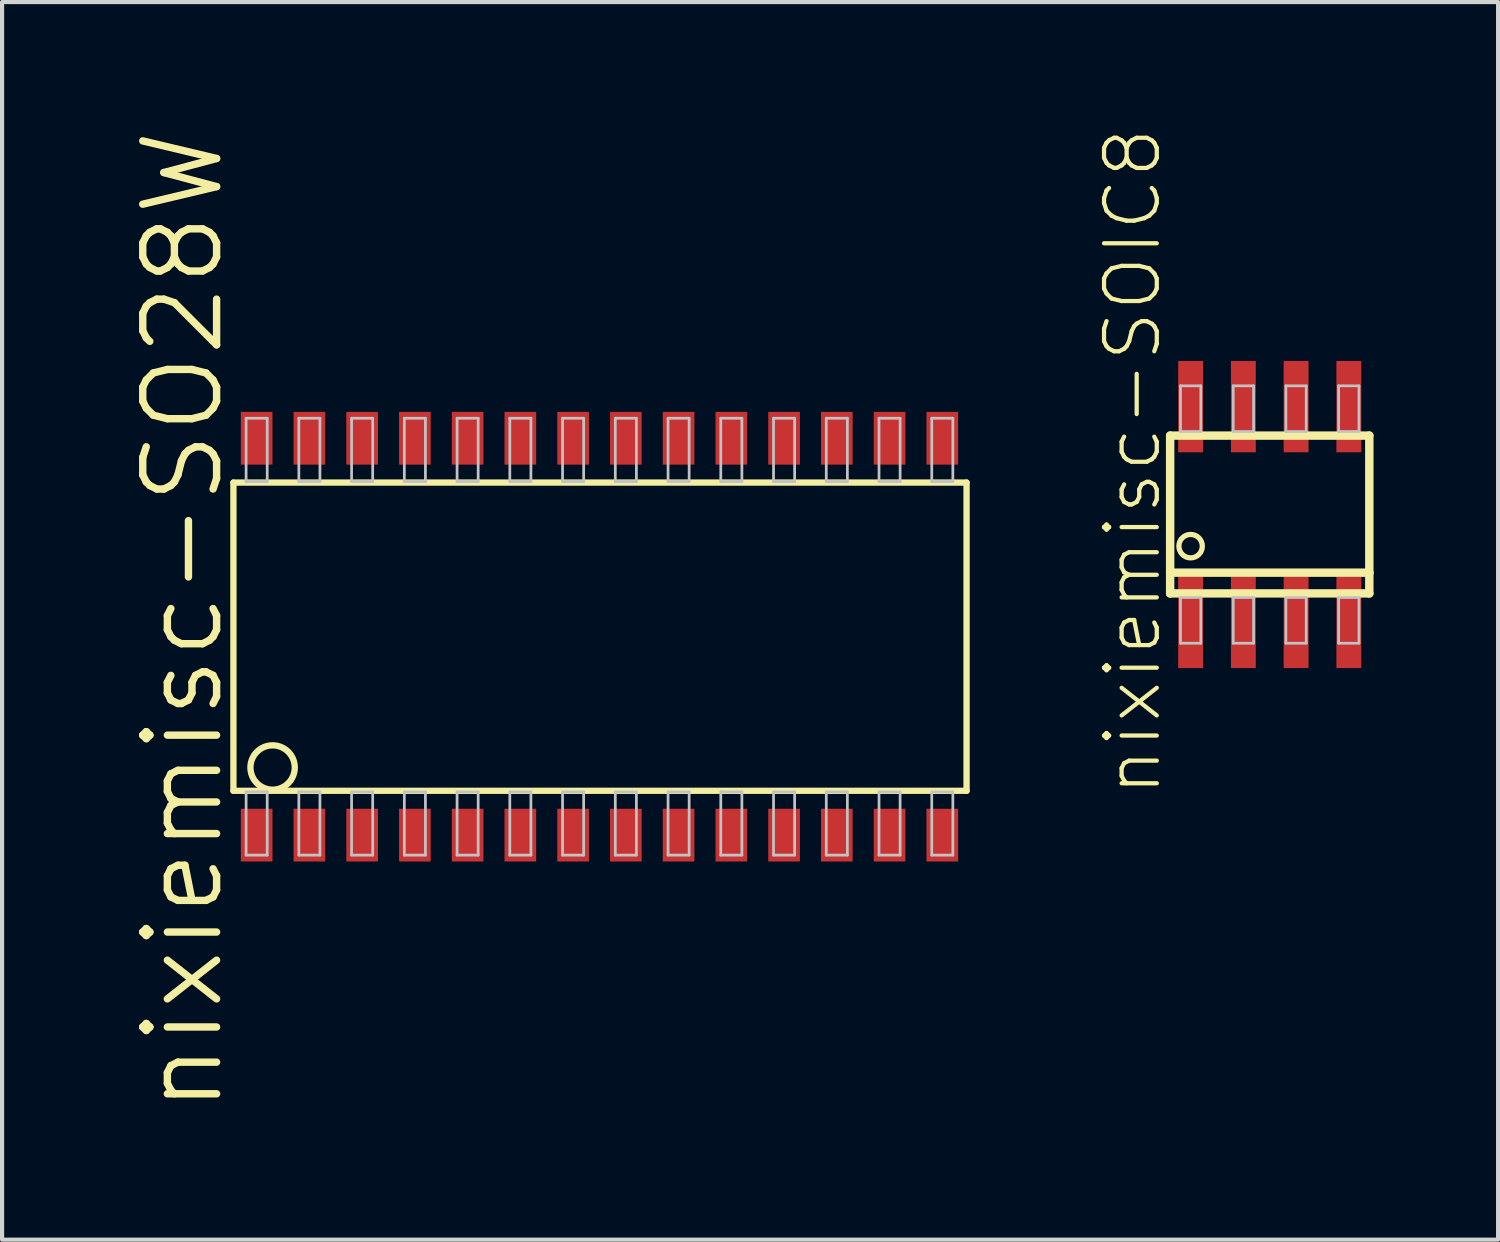
<source format=kicad_pcb>
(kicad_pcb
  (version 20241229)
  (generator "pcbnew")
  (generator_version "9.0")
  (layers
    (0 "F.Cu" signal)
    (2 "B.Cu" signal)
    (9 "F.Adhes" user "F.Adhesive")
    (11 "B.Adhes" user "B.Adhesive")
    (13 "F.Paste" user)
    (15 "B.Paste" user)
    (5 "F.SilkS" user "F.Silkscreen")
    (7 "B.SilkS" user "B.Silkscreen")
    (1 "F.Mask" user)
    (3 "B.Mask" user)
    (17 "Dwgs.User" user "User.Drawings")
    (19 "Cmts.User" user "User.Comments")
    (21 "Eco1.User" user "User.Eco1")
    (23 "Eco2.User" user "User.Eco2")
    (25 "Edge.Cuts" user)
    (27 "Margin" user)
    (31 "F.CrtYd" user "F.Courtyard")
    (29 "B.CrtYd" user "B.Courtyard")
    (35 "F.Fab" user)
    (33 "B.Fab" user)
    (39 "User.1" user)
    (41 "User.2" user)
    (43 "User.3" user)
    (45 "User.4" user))
  (footprint "nixiemisc-SOIC8"
    (layer "F.Cu")
    (at 27.524 9.339)
    (property "Reference" "nixiemisc-SOIC8" (at -3.302 -1.27 90) (layer "F.SilkS") (effects (font (size 1.27 1.27) (thickness 0.102))))
    (attr smd)
    (fp_line (start -2.398 -1.9) (end 2.398 -1.9) (stroke (width 0.203) (type solid)) (layer "F.SilkS"))
    (fp_line (start -2.398 1.4) (end -2.398 -1.9) (stroke (width 0.203) (type solid)) (layer "F.SilkS"))
    (fp_line (start -2.398 1.9) (end -2.398 1.4) (stroke (width 0.203) (type solid)) (layer "F.SilkS"))
    (fp_line (start 2.398 -1.9) (end 2.398 1.4) (stroke (width 0.203) (type solid)) (layer "F.SilkS"))
    (fp_line (start 2.398 1.4) (end -2.398 1.4) (stroke (width 0.203) (type solid)) (layer "F.SilkS"))
    (fp_line (start 2.398 1.4) (end 2.398 1.9) (stroke (width 0.203) (type solid)) (layer "F.SilkS"))
    (fp_line (start 2.398 1.9) (end -2.398 1.9) (stroke (width 0.203) (type solid)) (layer "F.SilkS"))
    (fp_circle (center -1.905 0.762) (end -1.905 0.48) (stroke (width 0.127) (type solid)) (fill no) (layer "F.SilkS"))
    (fp_line (start -2.149 -3.099) (end -1.659 -3.099) (stroke (width 0.066) (type solid)) (layer "Dwgs.User"))
    (fp_line (start -2.149 -1.999) (end -2.149 -3.099) (stroke (width 0.066) (type solid)) (layer "Dwgs.User"))
    (fp_line (start -2.149 -1.999) (end -1.659 -1.999) (stroke (width 0.066) (type solid)) (layer "Dwgs.User"))
    (fp_line (start -2.149 1.999) (end -1.659 1.999) (stroke (width 0.066) (type solid)) (layer "Dwgs.User"))
    (fp_line (start -2.149 3.099) (end -2.149 1.999) (stroke (width 0.066) (type solid)) (layer "Dwgs.User"))
    (fp_line (start -2.149 3.099) (end -1.659 3.099) (stroke (width 0.066) (type solid)) (layer "Dwgs.User"))
    (fp_line (start -1.659 -1.999) (end -1.659 -3.099) (stroke (width 0.066) (type solid)) (layer "Dwgs.User"))
    (fp_line (start -1.659 3.099) (end -1.659 1.999) (stroke (width 0.066) (type solid)) (layer "Dwgs.User"))
    (fp_line (start -0.879 -3.099) (end -0.389 -3.099) (stroke (width 0.066) (type solid)) (layer "Dwgs.User"))
    (fp_line (start -0.879 -1.999) (end -0.879 -3.099) (stroke (width 0.066) (type solid)) (layer "Dwgs.User"))
    (fp_line (start -0.879 -1.999) (end -0.389 -1.999) (stroke (width 0.066) (type solid)) (layer "Dwgs.User"))
    (fp_line (start -0.879 1.999) (end -0.389 1.999) (stroke (width 0.066) (type solid)) (layer "Dwgs.User"))
    (fp_line (start -0.879 3.099) (end -0.879 1.999) (stroke (width 0.066) (type solid)) (layer "Dwgs.User"))
    (fp_line (start -0.879 3.099) (end -0.389 3.099) (stroke (width 0.066) (type solid)) (layer "Dwgs.User"))
    (fp_line (start -0.389 -1.999) (end -0.389 -3.099) (stroke (width 0.066) (type solid)) (layer "Dwgs.User"))
    (fp_line (start -0.389 3.099) (end -0.389 1.999) (stroke (width 0.066) (type solid)) (layer "Dwgs.User"))
    (fp_line (start 0.389 -3.099) (end 0.879 -3.099) (stroke (width 0.066) (type solid)) (layer "Dwgs.User"))
    (fp_line (start 0.389 -1.999) (end 0.389 -3.099) (stroke (width 0.066) (type solid)) (layer "Dwgs.User"))
    (fp_line (start 0.389 -1.999) (end 0.879 -1.999) (stroke (width 0.066) (type solid)) (layer "Dwgs.User"))
    (fp_line (start 0.389 1.999) (end 0.879 1.999) (stroke (width 0.066) (type solid)) (layer "Dwgs.User"))
    (fp_line (start 0.389 3.099) (end 0.389 1.999) (stroke (width 0.066) (type solid)) (layer "Dwgs.User"))
    (fp_line (start 0.389 3.099) (end 0.879 3.099) (stroke (width 0.066) (type solid)) (layer "Dwgs.User"))
    (fp_line (start 0.879 -1.999) (end 0.879 -3.099) (stroke (width 0.066) (type solid)) (layer "Dwgs.User"))
    (fp_line (start 0.879 3.099) (end 0.879 1.999) (stroke (width 0.066) (type solid)) (layer "Dwgs.User"))
    (fp_line (start 1.659 -3.099) (end 2.149 -3.099) (stroke (width 0.066) (type solid)) (layer "Dwgs.User"))
    (fp_line (start 1.659 -1.999) (end 1.659 -3.099) (stroke (width 0.066) (type solid)) (layer "Dwgs.User"))
    (fp_line (start 1.659 -1.999) (end 2.149 -1.999) (stroke (width 0.066) (type solid)) (layer "Dwgs.User"))
    (fp_line (start 1.659 1.999) (end 2.149 1.999) (stroke (width 0.066) (type solid)) (layer "Dwgs.User"))
    (fp_line (start 1.659 3.099) (end 1.659 1.999) (stroke (width 0.066) (type solid)) (layer "Dwgs.User"))
    (fp_line (start 1.659 3.099) (end 2.149 3.099) (stroke (width 0.066) (type solid)) (layer "Dwgs.User"))
    (fp_line (start 2.149 -1.999) (end 2.149 -3.099) (stroke (width 0.066) (type solid)) (layer "Dwgs.User"))
    (fp_line (start 2.149 3.099) (end 2.149 1.999) (stroke (width 0.066) (type solid)) (layer "Dwgs.User"))
    (pad "1" smd rect (at -1.905 2.598) (size 0.599 2.2) (layers "F.Cu" "F.Mask" "F.Paste"))
    (pad "2" smd rect (at -0.635 2.598) (size 0.599 2.2) (layers "F.Cu" "F.Mask" "F.Paste"))
    (pad "3" smd rect (at 0.635 2.598) (size 0.599 2.2) (layers "F.Cu" "F.Mask" "F.Paste"))
    (pad "4" smd rect (at 1.905 2.598) (size 0.599 2.2) (layers "F.Cu" "F.Mask" "F.Paste"))
    (pad "5" smd rect (at 1.905 -2.598) (size 0.599 2.2) (layers "F.Cu" "F.Mask" "F.Paste"))
    (pad "6" smd rect (at 0.635 -2.598) (size 0.599 2.2) (layers "F.Cu" "F.Mask" "F.Paste"))
    (pad "7" smd rect (at -0.635 -2.598) (size 0.599 2.2) (layers "F.Cu" "F.Mask" "F.Paste"))
    (pad "8" smd rect (at -1.905 -2.598) (size 0.599 2.2) (layers "F.Cu" "F.Mask" "F.Paste")))
  (footprint "nixiemisc-SO28W"
    (layer "F.Cu")
    (at 10.75 12.281)
    (property "Reference" "nixiemisc-SO28W" (at -9.398 -0.381 90) (layer "F.SilkS") (effects (font (size 1.778 1.778) (thickness 0.178))))
    (attr smd)
    (fp_line (start -8.179 -3.711) (end -8.179 3.711) (stroke (width 0.152) (type solid)) (layer "F.SilkS"))
    (fp_line (start -8.179 3.711) (end 9.474 3.711) (stroke (width 0.152) (type solid)) (layer "F.SilkS"))
    (fp_line (start 9.474 -3.711) (end -8.179 -3.711) (stroke (width 0.152) (type solid)) (layer "F.SilkS"))
    (fp_line (start 9.474 3.711) (end 9.474 -3.711) (stroke (width 0.152) (type solid)) (layer "F.SilkS"))
    (fp_circle (center -7.236 3.15) (end -7.236 2.616) (stroke (width 0.152) (type solid)) (fill no) (layer "F.SilkS"))
    (fp_line (start -7.874 -5.26) (end -7.366 -5.26) (stroke (width 0.066) (type solid)) (layer "Dwgs.User"))
    (fp_line (start -7.874 -3.736) (end -7.874 -5.26) (stroke (width 0.066) (type solid)) (layer "Dwgs.User"))
    (fp_line (start -7.874 -3.736) (end -7.366 -3.736) (stroke (width 0.066) (type solid)) (layer "Dwgs.User"))
    (fp_line (start -7.874 3.736) (end -7.366 3.736) (stroke (width 0.066) (type solid)) (layer "Dwgs.User"))
    (fp_line (start -7.874 5.26) (end -7.874 3.736) (stroke (width 0.066) (type solid)) (layer "Dwgs.User"))
    (fp_line (start -7.874 5.26) (end -7.366 5.26) (stroke (width 0.066) (type solid)) (layer "Dwgs.User"))
    (fp_line (start -7.366 -3.736) (end -7.366 -5.26) (stroke (width 0.066) (type solid)) (layer "Dwgs.User"))
    (fp_line (start -7.366 5.26) (end -7.366 3.736) (stroke (width 0.066) (type solid)) (layer "Dwgs.User"))
    (fp_line (start -6.604 -5.26) (end -6.096 -5.26) (stroke (width 0.066) (type solid)) (layer "Dwgs.User"))
    (fp_line (start -6.604 -3.736) (end -6.604 -5.26) (stroke (width 0.066) (type solid)) (layer "Dwgs.User"))
    (fp_line (start -6.604 -3.736) (end -6.096 -3.736) (stroke (width 0.066) (type solid)) (layer "Dwgs.User"))
    (fp_line (start -6.604 3.736) (end -6.096 3.736) (stroke (width 0.066) (type solid)) (layer "Dwgs.User"))
    (fp_line (start -6.604 5.26) (end -6.604 3.736) (stroke (width 0.066) (type solid)) (layer "Dwgs.User"))
    (fp_line (start -6.604 5.26) (end -6.096 5.26) (stroke (width 0.066) (type solid)) (layer "Dwgs.User"))
    (fp_line (start -6.096 -3.736) (end -6.096 -5.26) (stroke (width 0.066) (type solid)) (layer "Dwgs.User"))
    (fp_line (start -6.096 5.26) (end -6.096 3.736) (stroke (width 0.066) (type solid)) (layer "Dwgs.User"))
    (fp_line (start -5.334 -5.26) (end -4.826 -5.26) (stroke (width 0.066) (type solid)) (layer "Dwgs.User"))
    (fp_line (start -5.334 -3.736) (end -5.334 -5.26) (stroke (width 0.066) (type solid)) (layer "Dwgs.User"))
    (fp_line (start -5.334 -3.736) (end -4.826 -3.736) (stroke (width 0.066) (type solid)) (layer "Dwgs.User"))
    (fp_line (start -5.334 3.736) (end -4.826 3.736) (stroke (width 0.066) (type solid)) (layer "Dwgs.User"))
    (fp_line (start -5.334 5.26) (end -5.334 3.736) (stroke (width 0.066) (type solid)) (layer "Dwgs.User"))
    (fp_line (start -5.334 5.26) (end -4.826 5.26) (stroke (width 0.066) (type solid)) (layer "Dwgs.User"))
    (fp_line (start -4.826 -3.736) (end -4.826 -5.26) (stroke (width 0.066) (type solid)) (layer "Dwgs.User"))
    (fp_line (start -4.826 5.26) (end -4.826 3.736) (stroke (width 0.066) (type solid)) (layer "Dwgs.User"))
    (fp_line (start -4.064 -5.26) (end -3.556 -5.26) (stroke (width 0.066) (type solid)) (layer "Dwgs.User"))
    (fp_line (start -4.064 -3.736) (end -4.064 -5.26) (stroke (width 0.066) (type solid)) (layer "Dwgs.User"))
    (fp_line (start -4.064 -3.736) (end -3.556 -3.736) (stroke (width 0.066) (type solid)) (layer "Dwgs.User"))
    (fp_line (start -4.064 3.736) (end -3.556 3.736) (stroke (width 0.066) (type solid)) (layer "Dwgs.User"))
    (fp_line (start -4.064 5.26) (end -4.064 3.736) (stroke (width 0.066) (type solid)) (layer "Dwgs.User"))
    (fp_line (start -4.064 5.26) (end -3.556 5.26) (stroke (width 0.066) (type solid)) (layer "Dwgs.User"))
    (fp_line (start -3.556 -3.736) (end -3.556 -5.26) (stroke (width 0.066) (type solid)) (layer "Dwgs.User"))
    (fp_line (start -3.556 5.26) (end -3.556 3.736) (stroke (width 0.066) (type solid)) (layer "Dwgs.User"))
    (fp_line (start -2.794 -5.26) (end -2.286 -5.26) (stroke (width 0.066) (type solid)) (layer "Dwgs.User"))
    (fp_line (start -2.794 -3.736) (end -2.794 -5.26) (stroke (width 0.066) (type solid)) (layer "Dwgs.User"))
    (fp_line (start -2.794 -3.736) (end -2.286 -3.736) (stroke (width 0.066) (type solid)) (layer "Dwgs.User"))
    (fp_line (start -2.794 3.736) (end -2.286 3.736) (stroke (width 0.066) (type solid)) (layer "Dwgs.User"))
    (fp_line (start -2.794 5.26) (end -2.794 3.736) (stroke (width 0.066) (type solid)) (layer "Dwgs.User"))
    (fp_line (start -2.794 5.26) (end -2.286 5.26) (stroke (width 0.066) (type solid)) (layer "Dwgs.User"))
    (fp_line (start -2.286 -3.736) (end -2.286 -5.26) (stroke (width 0.066) (type solid)) (layer "Dwgs.User"))
    (fp_line (start -2.286 5.26) (end -2.286 3.736) (stroke (width 0.066) (type solid)) (layer "Dwgs.User"))
    (fp_line (start -1.524 -5.26) (end -1.016 -5.26) (stroke (width 0.066) (type solid)) (layer "Dwgs.User"))
    (fp_line (start -1.524 -3.736) (end -1.524 -5.26) (stroke (width 0.066) (type solid)) (layer "Dwgs.User"))
    (fp_line (start -1.524 -3.736) (end -1.016 -3.736) (stroke (width 0.066) (type solid)) (layer "Dwgs.User"))
    (fp_line (start -1.524 3.736) (end -1.016 3.736) (stroke (width 0.066) (type solid)) (layer "Dwgs.User"))
    (fp_line (start -1.524 5.26) (end -1.524 3.736) (stroke (width 0.066) (type solid)) (layer "Dwgs.User"))
    (fp_line (start -1.524 5.26) (end -1.016 5.26) (stroke (width 0.066) (type solid)) (layer "Dwgs.User"))
    (fp_line (start -1.016 -3.736) (end -1.016 -5.26) (stroke (width 0.066) (type solid)) (layer "Dwgs.User"))
    (fp_line (start -1.016 5.26) (end -1.016 3.736) (stroke (width 0.066) (type solid)) (layer "Dwgs.User"))
    (fp_line (start -0.254 -5.26) (end 0.254 -5.26) (stroke (width 0.066) (type solid)) (layer "Dwgs.User"))
    (fp_line (start -0.254 -3.736) (end -0.254 -5.26) (stroke (width 0.066) (type solid)) (layer "Dwgs.User"))
    (fp_line (start -0.254 -3.736) (end 0.254 -3.736) (stroke (width 0.066) (type solid)) (layer "Dwgs.User"))
    (fp_line (start -0.254 3.736) (end 0.254 3.736) (stroke (width 0.066) (type solid)) (layer "Dwgs.User"))
    (fp_line (start -0.254 5.26) (end -0.254 3.736) (stroke (width 0.066) (type solid)) (layer "Dwgs.User"))
    (fp_line (start -0.254 5.26) (end 0.254 5.26) (stroke (width 0.066) (type solid)) (layer "Dwgs.User"))
    (fp_line (start 0.254 -3.736) (end 0.254 -5.26) (stroke (width 0.066) (type solid)) (layer "Dwgs.User"))
    (fp_line (start 0.254 5.26) (end 0.254 3.736) (stroke (width 0.066) (type solid)) (layer "Dwgs.User"))
    (fp_line (start 1.016 -5.26) (end 1.524 -5.26) (stroke (width 0.066) (type solid)) (layer "Dwgs.User"))
    (fp_line (start 1.016 -3.736) (end 1.016 -5.26) (stroke (width 0.066) (type solid)) (layer "Dwgs.User"))
    (fp_line (start 1.016 -3.736) (end 1.524 -3.736) (stroke (width 0.066) (type solid)) (layer "Dwgs.User"))
    (fp_line (start 1.016 3.736) (end 1.524 3.736) (stroke (width 0.066) (type solid)) (layer "Dwgs.User"))
    (fp_line (start 1.016 5.26) (end 1.016 3.736) (stroke (width 0.066) (type solid)) (layer "Dwgs.User"))
    (fp_line (start 1.016 5.26) (end 1.524 5.26) (stroke (width 0.066) (type solid)) (layer "Dwgs.User"))
    (fp_line (start 1.524 -3.736) (end 1.524 -5.26) (stroke (width 0.066) (type solid)) (layer "Dwgs.User"))
    (fp_line (start 1.524 5.26) (end 1.524 3.736) (stroke (width 0.066) (type solid)) (layer "Dwgs.User"))
    (fp_line (start 2.286 -5.26) (end 2.794 -5.26) (stroke (width 0.066) (type solid)) (layer "Dwgs.User"))
    (fp_line (start 2.286 -3.736) (end 2.286 -5.26) (stroke (width 0.066) (type solid)) (layer "Dwgs.User"))
    (fp_line (start 2.286 -3.736) (end 2.794 -3.736) (stroke (width 0.066) (type solid)) (layer "Dwgs.User"))
    (fp_line (start 2.286 3.736) (end 2.794 3.736) (stroke (width 0.066) (type solid)) (layer "Dwgs.User"))
    (fp_line (start 2.286 5.26) (end 2.286 3.736) (stroke (width 0.066) (type solid)) (layer "Dwgs.User"))
    (fp_line (start 2.286 5.26) (end 2.794 5.26) (stroke (width 0.066) (type solid)) (layer "Dwgs.User"))
    (fp_line (start 2.794 -3.736) (end 2.794 -5.26) (stroke (width 0.066) (type solid)) (layer "Dwgs.User"))
    (fp_line (start 2.794 5.26) (end 2.794 3.736) (stroke (width 0.066) (type solid)) (layer "Dwgs.User"))
    (fp_line (start 3.556 -5.26) (end 4.064 -5.26) (stroke (width 0.066) (type solid)) (layer "Dwgs.User"))
    (fp_line (start 3.556 -3.736) (end 3.556 -5.26) (stroke (width 0.066) (type solid)) (layer "Dwgs.User"))
    (fp_line (start 3.556 -3.736) (end 4.064 -3.736) (stroke (width 0.066) (type solid)) (layer "Dwgs.User"))
    (fp_line (start 3.556 3.736) (end 4.064 3.736) (stroke (width 0.066) (type solid)) (layer "Dwgs.User"))
    (fp_line (start 3.556 5.26) (end 3.556 3.736) (stroke (width 0.066) (type solid)) (layer "Dwgs.User"))
    (fp_line (start 3.556 5.26) (end 4.064 5.26) (stroke (width 0.066) (type solid)) (layer "Dwgs.User"))
    (fp_line (start 4.064 -3.736) (end 4.064 -5.26) (stroke (width 0.066) (type solid)) (layer "Dwgs.User"))
    (fp_line (start 4.064 5.26) (end 4.064 3.736) (stroke (width 0.066) (type solid)) (layer "Dwgs.User"))
    (fp_line (start 4.826 -5.26) (end 5.334 -5.26) (stroke (width 0.066) (type solid)) (layer "Dwgs.User"))
    (fp_line (start 4.826 -3.736) (end 4.826 -5.26) (stroke (width 0.066) (type solid)) (layer "Dwgs.User"))
    (fp_line (start 4.826 -3.736) (end 5.334 -3.736) (stroke (width 0.066) (type solid)) (layer "Dwgs.User"))
    (fp_line (start 4.826 3.736) (end 5.334 3.736) (stroke (width 0.066) (type solid)) (layer "Dwgs.User"))
    (fp_line (start 4.826 5.26) (end 4.826 3.736) (stroke (width 0.066) (type solid)) (layer "Dwgs.User"))
    (fp_line (start 4.826 5.26) (end 5.334 5.26) (stroke (width 0.066) (type solid)) (layer "Dwgs.User"))
    (fp_line (start 5.334 -3.736) (end 5.334 -5.26) (stroke (width 0.066) (type solid)) (layer "Dwgs.User"))
    (fp_line (start 5.334 5.26) (end 5.334 3.736) (stroke (width 0.066) (type solid)) (layer "Dwgs.User"))
    (fp_line (start 6.096 -5.26) (end 6.604 -5.26) (stroke (width 0.066) (type solid)) (layer "Dwgs.User"))
    (fp_line (start 6.096 -3.736) (end 6.096 -5.26) (stroke (width 0.066) (type solid)) (layer "Dwgs.User"))
    (fp_line (start 6.096 -3.736) (end 6.604 -3.736) (stroke (width 0.066) (type solid)) (layer "Dwgs.User"))
    (fp_line (start 6.096 3.736) (end 6.604 3.736) (stroke (width 0.066) (type solid)) (layer "Dwgs.User"))
    (fp_line (start 6.096 5.26) (end 6.096 3.736) (stroke (width 0.066) (type solid)) (layer "Dwgs.User"))
    (fp_line (start 6.096 5.26) (end 6.604 5.26) (stroke (width 0.066) (type solid)) (layer "Dwgs.User"))
    (fp_line (start 6.604 -3.736) (end 6.604 -5.26) (stroke (width 0.066) (type solid)) (layer "Dwgs.User"))
    (fp_line (start 6.604 5.26) (end 6.604 3.736) (stroke (width 0.066) (type solid)) (layer "Dwgs.User"))
    (fp_line (start 7.366 -5.26) (end 7.874 -5.26) (stroke (width 0.066) (type solid)) (layer "Dwgs.User"))
    (fp_line (start 7.366 -3.736) (end 7.366 -5.26) (stroke (width 0.066) (type solid)) (layer "Dwgs.User"))
    (fp_line (start 7.366 -3.736) (end 7.874 -3.736) (stroke (width 0.066) (type solid)) (layer "Dwgs.User"))
    (fp_line (start 7.366 3.736) (end 7.874 3.736) (stroke (width 0.066) (type solid)) (layer "Dwgs.User"))
    (fp_line (start 7.366 5.26) (end 7.366 3.736) (stroke (width 0.066) (type solid)) (layer "Dwgs.User"))
    (fp_line (start 7.366 5.26) (end 7.874 5.26) (stroke (width 0.066) (type solid)) (layer "Dwgs.User"))
    (fp_line (start 7.874 -3.736) (end 7.874 -5.26) (stroke (width 0.066) (type solid)) (layer "Dwgs.User"))
    (fp_line (start 7.874 5.26) (end 7.874 3.736) (stroke (width 0.066) (type solid)) (layer "Dwgs.User"))
    (fp_line (start 8.636 -5.26) (end 9.144 -5.26) (stroke (width 0.066) (type solid)) (layer "Dwgs.User"))
    (fp_line (start 8.636 -3.736) (end 8.636 -5.26) (stroke (width 0.066) (type solid)) (layer "Dwgs.User"))
    (fp_line (start 8.636 -3.736) (end 9.144 -3.736) (stroke (width 0.066) (type solid)) (layer "Dwgs.User"))
    (fp_line (start 8.636 3.736) (end 9.144 3.736) (stroke (width 0.066) (type solid)) (layer "Dwgs.User"))
    (fp_line (start 8.636 5.26) (end 8.636 3.736) (stroke (width 0.066) (type solid)) (layer "Dwgs.User"))
    (fp_line (start 8.636 5.26) (end 9.144 5.26) (stroke (width 0.066) (type solid)) (layer "Dwgs.User"))
    (fp_line (start 9.144 -3.736) (end 9.144 -5.26) (stroke (width 0.066) (type solid)) (layer "Dwgs.User"))
    (fp_line (start 9.144 5.26) (end 9.144 3.736) (stroke (width 0.066) (type solid)) (layer "Dwgs.User"))
    (pad "1" smd rect (at -7.62 4.778) (size 0.762 1.27) (layers "F.Cu" "F.Mask" "F.Paste"))
    (pad "2" smd rect (at -6.35 4.778) (size 0.762 1.27) (layers "F.Cu" "F.Mask" "F.Paste"))
    (pad "3" smd rect (at -5.08 4.778) (size 0.762 1.27) (layers "F.Cu" "F.Mask" "F.Paste"))
    (pad "4" smd rect (at -3.81 4.778) (size 0.762 1.27) (layers "F.Cu" "F.Mask" "F.Paste"))
    (pad "5" smd rect (at -2.54 4.778) (size 0.762 1.27) (layers "F.Cu" "F.Mask" "F.Paste"))
    (pad "6" smd rect (at -1.27 4.778) (size 0.762 1.27) (layers "F.Cu" "F.Mask" "F.Paste"))
    (pad "7" smd rect (at 0 4.778) (size 0.762 1.27) (layers "F.Cu" "F.Mask" "F.Paste"))
    (pad "8" smd rect (at 1.27 4.778) (size 0.762 1.27) (layers "F.Cu" "F.Mask" "F.Paste"))
    (pad "9" smd rect (at 2.54 4.778) (size 0.762 1.27) (layers "F.Cu" "F.Mask" "F.Paste"))
    (pad "10" smd rect (at 3.81 4.778) (size 0.762 1.27) (layers "F.Cu" "F.Mask" "F.Paste"))
    (pad "11" smd rect (at 5.08 4.778) (size 0.762 1.27) (layers "F.Cu" "F.Mask" "F.Paste"))
    (pad "12" smd rect (at 6.35 4.778) (size 0.762 1.27) (layers "F.Cu" "F.Mask" "F.Paste"))
    (pad "13" smd rect (at 7.62 4.778) (size 0.762 1.27) (layers "F.Cu" "F.Mask" "F.Paste"))
    (pad "14" smd rect (at 8.89 4.778) (size 0.762 1.27) (layers "F.Cu" "F.Mask" "F.Paste"))
    (pad "15" smd rect (at 8.89 -4.778) (size 0.762 1.27) (layers "F.Cu" "F.Mask" "F.Paste"))
    (pad "16" smd rect (at 7.62 -4.778) (size 0.762 1.27) (layers "F.Cu" "F.Mask" "F.Paste"))
    (pad "17" smd rect (at 6.35 -4.778) (size 0.762 1.27) (layers "F.Cu" "F.Mask" "F.Paste"))
    (pad "18" smd rect (at 5.08 -4.778) (size 0.762 1.27) (layers "F.Cu" "F.Mask" "F.Paste"))
    (pad "19" smd rect (at 3.81 -4.778) (size 0.762 1.27) (layers "F.Cu" "F.Mask" "F.Paste"))
    (pad "20" smd rect (at 2.54 -4.778) (size 0.762 1.27) (layers "F.Cu" "F.Mask" "F.Paste"))
    (pad "21" smd rect (at 1.27 -4.778) (size 0.762 1.27) (layers "F.Cu" "F.Mask" "F.Paste"))
    (pad "22" smd rect (at 0 -4.778) (size 0.762 1.27) (layers "F.Cu" "F.Mask" "F.Paste"))
    (pad "23" smd rect (at -1.27 -4.778) (size 0.762 1.27) (layers "F.Cu" "F.Mask" "F.Paste"))
    (pad "24" smd rect (at -2.54 -4.778) (size 0.762 1.27) (layers "F.Cu" "F.Mask" "F.Paste"))
    (pad "25" smd rect (at -3.81 -4.778) (size 0.762 1.27) (layers "F.Cu" "F.Mask" "F.Paste"))
    (pad "26" smd rect (at -5.08 -4.778) (size 0.762 1.27) (layers "F.Cu" "F.Mask" "F.Paste"))
    (pad "27" smd rect (at -6.35 -4.778) (size 0.762 1.27) (layers "F.Cu" "F.Mask" "F.Paste"))
    (pad "28" smd rect (at -7.62 -4.778) (size 0.762 1.27) (layers "F.Cu" "F.Mask" "F.Paste")))
  (gr_rect
    (start -3 -3)
    (end 33.023 26.8)
    (stroke (width 0.1) (type default))
    (fill no)
    (layer "Edge.Cuts")))
</source>
